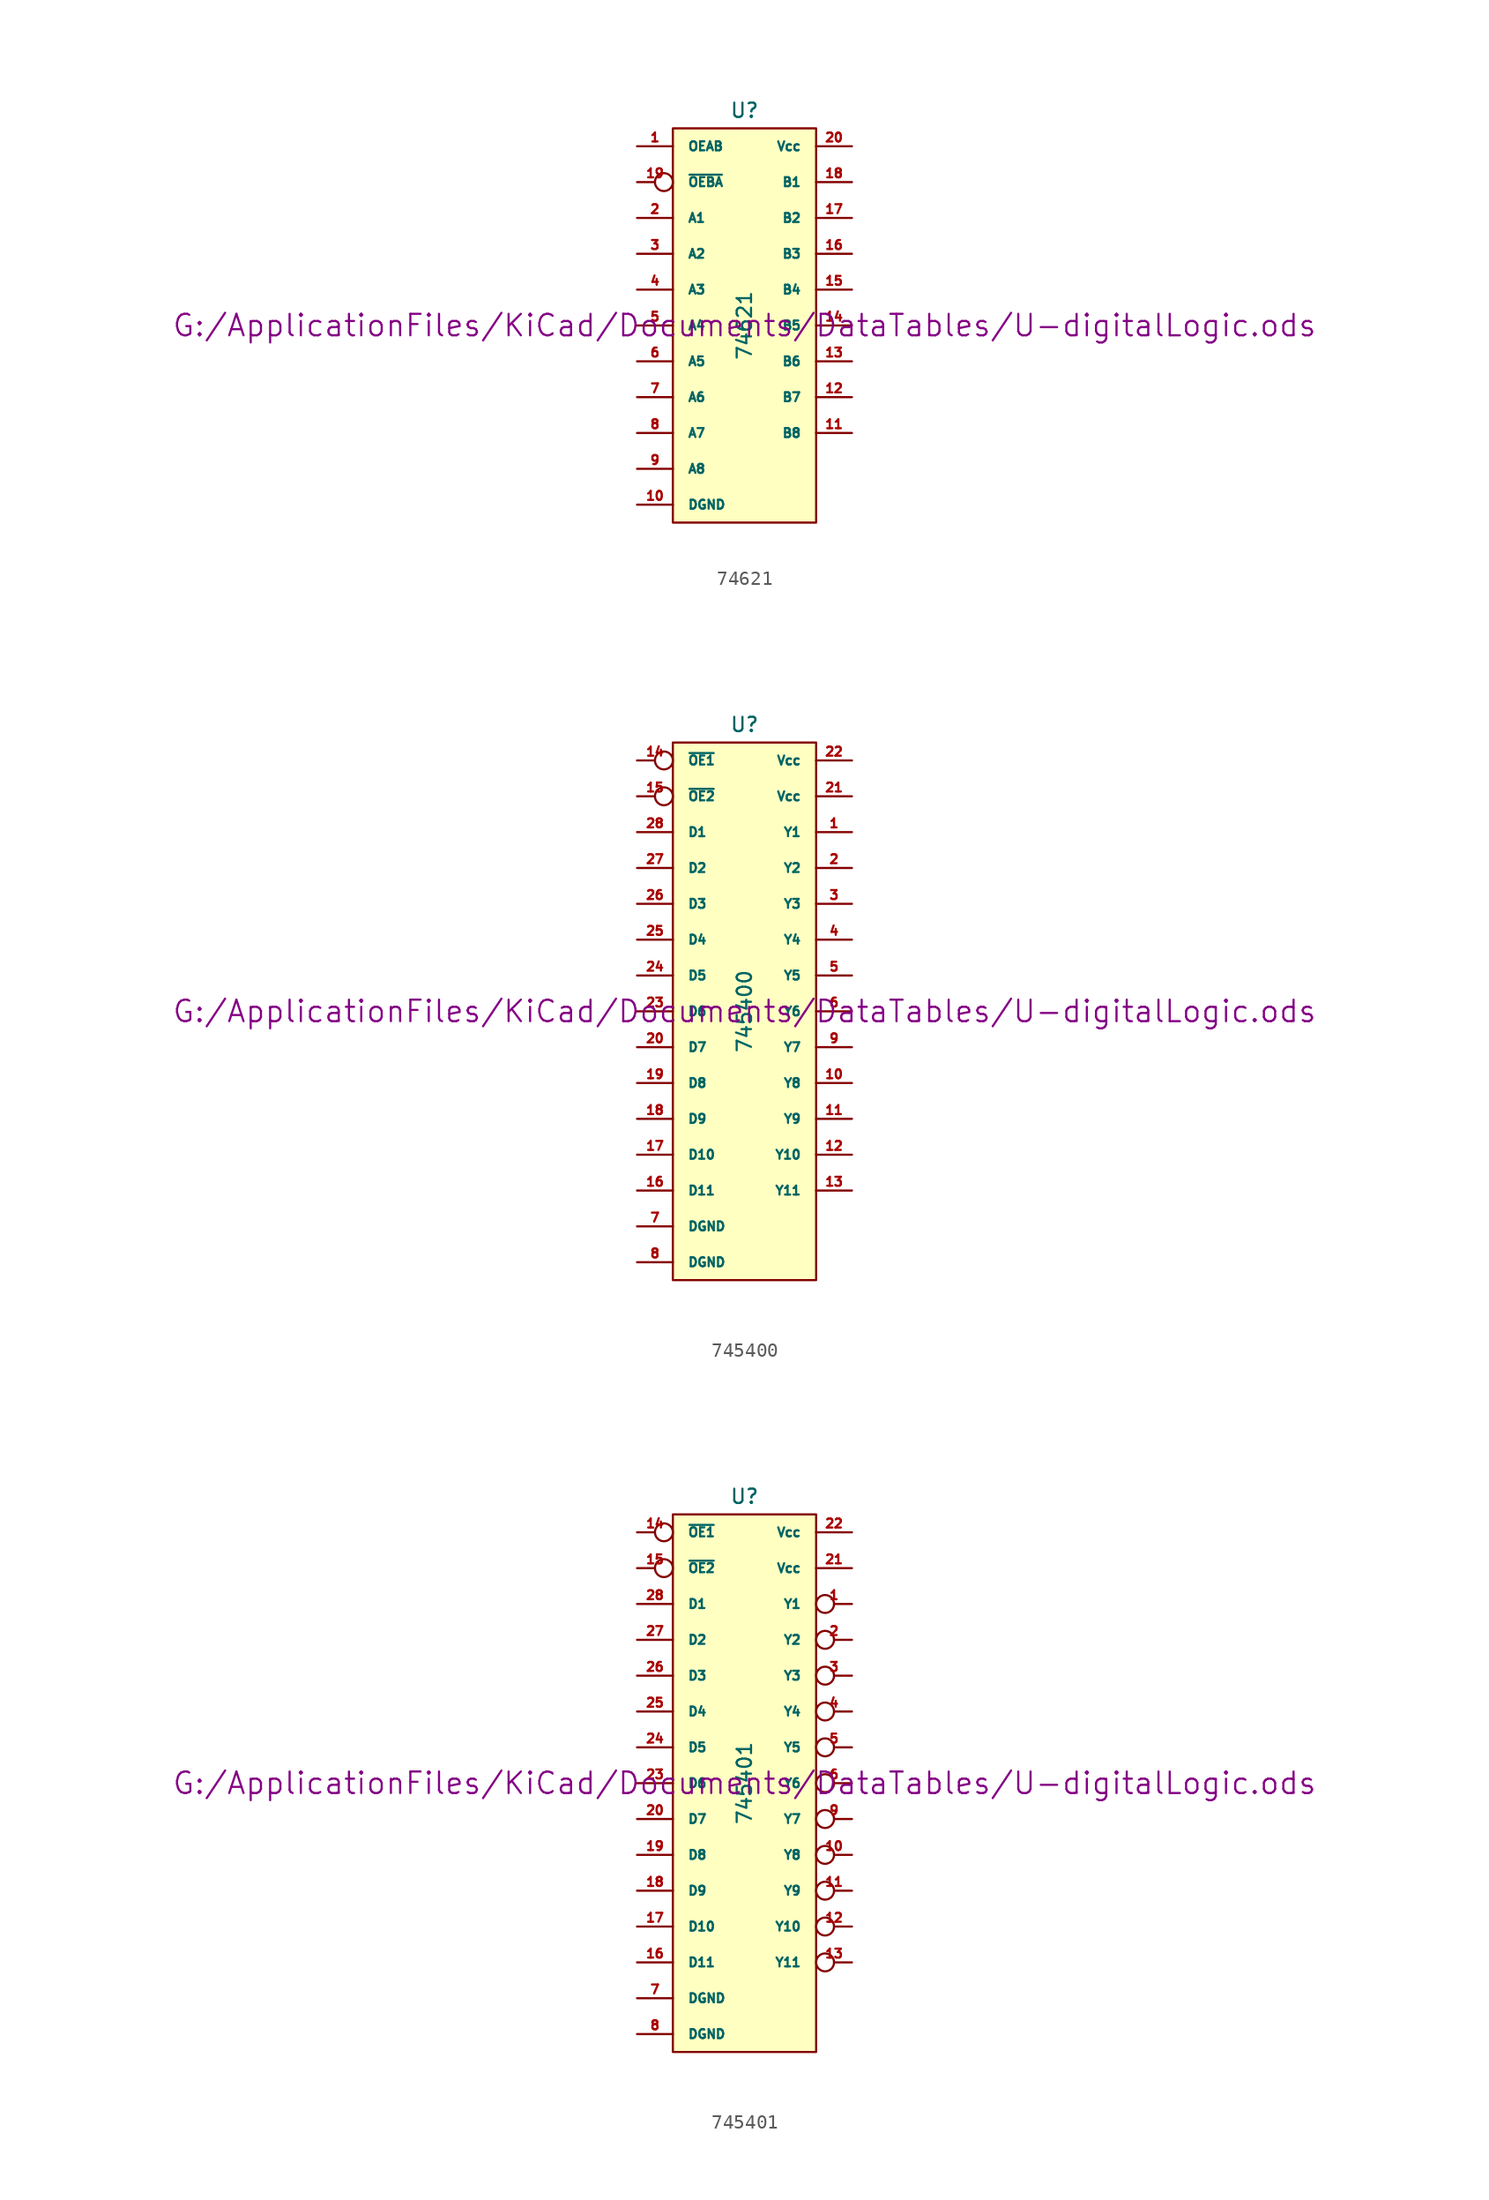
<source format=kicad_sym>
(kicad_symbol_lib
  (version 20211014)
  (generator kicad_symbol_editor)
  (symbol "74621"
    (pin_names
      (offset 1.016))
    (property "Reference" "U"
      (at 0 15.24 0)
      (effects (font (size 1.016 1.016))))
    (property "Value" "74621"
      (at 0 0 90)
      (effects (font (size 1.016 1.016))))
    (property "Footprint" ""
      (at 0 0 0)
      (effects (font (size 1.524 1.524))))
    (property "Datasheet" "G:/ApplicationFiles/KiCad/Documents/DataTables/U-digitalLogic.ods"
      (at 0 0 0)
      (effects (font (size 1.524 1.524))))
    (symbol "74621_0_1"
      (rectangle (start -5.08 13.97) (end 5.08 -13.97) (stroke (width 0) (type default) (color 0 0 0 0)) (fill (type background))))
    (symbol "74621_1_1"
      (pin input line (at -7.62 12.7 0) (length 2.54) (name "OEAB" (effects (font (size 0.635 0.635)))) (number "1" (effects (font (size 0.635 0.635)))))
      (pin power_in line (at -7.62 -12.7 0) (length 2.54) (name "DGND" (effects (font (size 0.635 0.635)))) (number "10" (effects (font (size 0.635 0.635)))))
      (pin bidirectional line (at 7.62 -7.62 180) (length 2.54) (name "B8" (effects (font (size 0.635 0.635)))) (number "11" (effects (font (size 0.635 0.635)))))
      (pin bidirectional line (at 7.62 -5.08 180) (length 2.54) (name "B7" (effects (font (size 0.635 0.635)))) (number "12" (effects (font (size 0.635 0.635)))))
      (pin bidirectional line (at 7.62 -2.54 180) (length 2.54) (name "B6" (effects (font (size 0.635 0.635)))) (number "13" (effects (font (size 0.635 0.635)))))
      (pin bidirectional line (at 7.62 0 180) (length 2.54) (name "B5" (effects (font (size 0.635 0.635)))) (number "14" (effects (font (size 0.635 0.635)))))
      (pin bidirectional line (at 7.62 2.54 180) (length 2.54) (name "B4" (effects (font (size 0.635 0.635)))) (number "15" (effects (font (size 0.635 0.635)))))
      (pin bidirectional line (at 7.62 5.08 180) (length 2.54) (name "B3" (effects (font (size 0.635 0.635)))) (number "16" (effects (font (size 0.635 0.635)))))
      (pin bidirectional line (at 7.62 7.62 180) (length 2.54) (name "B2" (effects (font (size 0.635 0.635)))) (number "17" (effects (font (size 0.635 0.635)))))
      (pin bidirectional line (at 7.62 10.16 180) (length 2.54) (name "B1" (effects (font (size 0.635 0.635)))) (number "18" (effects (font (size 0.635 0.635)))))
      (pin input inverted (at -7.62 10.16 0) (length 2.54) (name "~{OEBA}" (effects (font (size 0.635 0.635)))) (number "19" (effects (font (size 0.635 0.635)))))
      (pin bidirectional line (at -7.62 7.62 0) (length 2.54) (name "A1" (effects (font (size 0.635 0.635)))) (number "2" (effects (font (size 0.635 0.635)))))
      (pin power_in line (at 7.62 12.7 180) (length 2.54) (name "Vcc" (effects (font (size 0.635 0.635)))) (number "20" (effects (font (size 0.635 0.635)))))
      (pin bidirectional line (at -7.62 5.08 0) (length 2.54) (name "A2" (effects (font (size 0.635 0.635)))) (number "3" (effects (font (size 0.635 0.635)))))
      (pin bidirectional line (at -7.62 2.54 0) (length 2.54) (name "A3" (effects (font (size 0.635 0.635)))) (number "4" (effects (font (size 0.635 0.635)))))
      (pin bidirectional line (at -7.62 0 0) (length 2.54) (name "A4" (effects (font (size 0.635 0.635)))) (number "5" (effects (font (size 0.635 0.635)))))
      (pin bidirectional line (at -7.62 -2.54 0) (length 2.54) (name "A5" (effects (font (size 0.635 0.635)))) (number "6" (effects (font (size 0.635 0.635)))))
      (pin bidirectional line (at -7.62 -5.08 0) (length 2.54) (name "A6" (effects (font (size 0.635 0.635)))) (number "7" (effects (font (size 0.635 0.635)))))
      (pin bidirectional line (at -7.62 -7.62 0) (length 2.54) (name "A7" (effects (font (size 0.635 0.635)))) (number "8" (effects (font (size 0.635 0.635)))))
      (pin bidirectional line (at -7.62 -10.16 0) (length 2.54) (name "A8" (effects (font (size 0.635 0.635)))) (number "9" (effects (font (size 0.635 0.635)))))))
  (symbol "745400"
    (pin_names
      (offset 1.016))
    (property "Reference" "U"
      (at 0 20.32 0)
      (effects (font (size 1.016 1.016))))
    (property "Value" "745400"
      (at 0 0 90)
      (effects (font (size 1.016 1.016))))
    (property "Footprint" ""
      (at 0 0 0)
      (effects (font (size 1.524 1.524))))
    (property "Datasheet" "G:/ApplicationFiles/KiCad/Documents/DataTables/U-digitalLogic.ods"
      (at 0 0 0)
      (effects (font (size 1.524 1.524))))
    (symbol "745400_0_1"
      (rectangle (start -5.08 19.05) (end 5.08 -19.05) (stroke (width 0) (type default) (color 0 0 0 0)) (fill (type background))))
    (symbol "745400_1_1"
      (pin tri_state line (at 7.62 12.7 180) (length 2.54) (name "Y1" (effects (font (size 0.635 0.635)))) (number "1" (effects (font (size 0.635 0.635)))))
      (pin tri_state line (at 7.62 -5.08 180) (length 2.54) (name "Y8" (effects (font (size 0.635 0.635)))) (number "10" (effects (font (size 0.635 0.635)))))
      (pin tri_state line (at 7.62 -7.62 180) (length 2.54) (name "Y9" (effects (font (size 0.635 0.635)))) (number "11" (effects (font (size 0.635 0.635)))))
      (pin tri_state line (at 7.62 -10.16 180) (length 2.54) (name "Y10" (effects (font (size 0.635 0.635)))) (number "12" (effects (font (size 0.635 0.635)))))
      (pin tri_state line (at 7.62 -12.7 180) (length 2.54) (name "Y11" (effects (font (size 0.635 0.635)))) (number "13" (effects (font (size 0.635 0.635)))))
      (pin input inverted (at -7.62 17.78 0) (length 2.54) (name "~{OE1}" (effects (font (size 0.635 0.635)))) (number "14" (effects (font (size 0.635 0.635)))))
      (pin input inverted (at -7.62 15.24 0) (length 2.54) (name "~{OE2}" (effects (font (size 0.635 0.635)))) (number "15" (effects (font (size 0.635 0.635)))))
      (pin input line (at -7.62 -12.7 0) (length 2.54) (name "D11" (effects (font (size 0.635 0.635)))) (number "16" (effects (font (size 0.635 0.635)))))
      (pin input line (at -7.62 -10.16 0) (length 2.54) (name "D10" (effects (font (size 0.635 0.635)))) (number "17" (effects (font (size 0.635 0.635)))))
      (pin input line (at -7.62 -7.62 0) (length 2.54) (name "D9" (effects (font (size 0.635 0.635)))) (number "18" (effects (font (size 0.635 0.635)))))
      (pin input line (at -7.62 -5.08 0) (length 2.54) (name "D8" (effects (font (size 0.635 0.635)))) (number "19" (effects (font (size 0.635 0.635)))))
      (pin tri_state line (at 7.62 10.16 180) (length 2.54) (name "Y2" (effects (font (size 0.635 0.635)))) (number "2" (effects (font (size 0.635 0.635)))))
      (pin input line (at -7.62 -2.54 0) (length 2.54) (name "D7" (effects (font (size 0.635 0.635)))) (number "20" (effects (font (size 0.635 0.635)))))
      (pin power_in line (at 7.62 15.24 180) (length 2.54) (name "Vcc" (effects (font (size 0.635 0.635)))) (number "21" (effects (font (size 0.635 0.635)))))
      (pin power_in line (at 7.62 17.78 180) (length 2.54) (name "Vcc" (effects (font (size 0.635 0.635)))) (number "22" (effects (font (size 0.635 0.635)))))
      (pin input line (at -7.62 0 0) (length 2.54) (name "D6" (effects (font (size 0.635 0.635)))) (number "23" (effects (font (size 0.635 0.635)))))
      (pin input line (at -7.62 2.54 0) (length 2.54) (name "D5" (effects (font (size 0.635 0.635)))) (number "24" (effects (font (size 0.635 0.635)))))
      (pin input line (at -7.62 5.08 0) (length 2.54) (name "D4" (effects (font (size 0.635 0.635)))) (number "25" (effects (font (size 0.635 0.635)))))
      (pin input line (at -7.62 7.62 0) (length 2.54) (name "D3" (effects (font (size 0.635 0.635)))) (number "26" (effects (font (size 0.635 0.635)))))
      (pin input line (at -7.62 10.16 0) (length 2.54) (name "D2" (effects (font (size 0.635 0.635)))) (number "27" (effects (font (size 0.635 0.635)))))
      (pin input line (at -7.62 12.7 0) (length 2.54) (name "D1" (effects (font (size 0.635 0.635)))) (number "28" (effects (font (size 0.635 0.635)))))
      (pin tri_state line (at 7.62 7.62 180) (length 2.54) (name "Y3" (effects (font (size 0.635 0.635)))) (number "3" (effects (font (size 0.635 0.635)))))
      (pin tri_state line (at 7.62 5.08 180) (length 2.54) (name "Y4" (effects (font (size 0.635 0.635)))) (number "4" (effects (font (size 0.635 0.635)))))
      (pin tri_state line (at 7.62 2.54 180) (length 2.54) (name "Y5" (effects (font (size 0.635 0.635)))) (number "5" (effects (font (size 0.635 0.635)))))
      (pin tri_state line (at 7.62 0 180) (length 2.54) (name "Y6" (effects (font (size 0.635 0.635)))) (number "6" (effects (font (size 0.635 0.635)))))
      (pin power_in line (at -7.62 -15.24 0) (length 2.54) (name "DGND" (effects (font (size 0.635 0.635)))) (number "7" (effects (font (size 0.635 0.635)))))
      (pin power_in line (at -7.62 -17.78 0) (length 2.54) (name "DGND" (effects (font (size 0.635 0.635)))) (number "8" (effects (font (size 0.635 0.635)))))
      (pin tri_state line (at 7.62 -2.54 180) (length 2.54) (name "Y7" (effects (font (size 0.635 0.635)))) (number "9" (effects (font (size 0.635 0.635)))))))
  (symbol "745401"
    (pin_names
      (offset 1.016))
    (property "Reference" "U"
      (at 0 20.32 0)
      (effects (font (size 1.016 1.016))))
    (property "Value" "745401"
      (at 0 0 90)
      (effects (font (size 1.016 1.016))))
    (property "Footprint" ""
      (at 0 0 0)
      (effects (font (size 1.524 1.524))))
    (property "Datasheet" "G:/ApplicationFiles/KiCad/Documents/DataTables/U-digitalLogic.ods"
      (at 0 0 0)
      (effects (font (size 1.524 1.524))))
    (symbol "745401_0_1"
      (rectangle (start -5.08 19.05) (end 5.08 -19.05) (stroke (width 0) (type default) (color 0 0 0 0)) (fill (type background))))
    (symbol "745401_1_1"
      (pin tri_state inverted (at 7.62 12.7 180) (length 2.54) (name "Y1" (effects (font (size 0.635 0.635)))) (number "1" (effects (font (size 0.635 0.635)))))
      (pin tri_state inverted (at 7.62 -5.08 180) (length 2.54) (name "Y8" (effects (font (size 0.635 0.635)))) (number "10" (effects (font (size 0.635 0.635)))))
      (pin tri_state inverted (at 7.62 -7.62 180) (length 2.54) (name "Y9" (effects (font (size 0.635 0.635)))) (number "11" (effects (font (size 0.635 0.635)))))
      (pin tri_state inverted (at 7.62 -10.16 180) (length 2.54) (name "Y10" (effects (font (size 0.635 0.635)))) (number "12" (effects (font (size 0.635 0.635)))))
      (pin tri_state inverted (at 7.62 -12.7 180) (length 2.54) (name "Y11" (effects (font (size 0.635 0.635)))) (number "13" (effects (font (size 0.635 0.635)))))
      (pin input inverted (at -7.62 17.78 0) (length 2.54) (name "~{OE1}" (effects (font (size 0.635 0.635)))) (number "14" (effects (font (size 0.635 0.635)))))
      (pin input inverted (at -7.62 15.24 0) (length 2.54) (name "~{OE2}" (effects (font (size 0.635 0.635)))) (number "15" (effects (font (size 0.635 0.635)))))
      (pin input line (at -7.62 -12.7 0) (length 2.54) (name "D11" (effects (font (size 0.635 0.635)))) (number "16" (effects (font (size 0.635 0.635)))))
      (pin input line (at -7.62 -10.16 0) (length 2.54) (name "D10" (effects (font (size 0.635 0.635)))) (number "17" (effects (font (size 0.635 0.635)))))
      (pin input line (at -7.62 -7.62 0) (length 2.54) (name "D9" (effects (font (size 0.635 0.635)))) (number "18" (effects (font (size 0.635 0.635)))))
      (pin input line (at -7.62 -5.08 0) (length 2.54) (name "D8" (effects (font (size 0.635 0.635)))) (number "19" (effects (font (size 0.635 0.635)))))
      (pin tri_state inverted (at 7.62 10.16 180) (length 2.54) (name "Y2" (effects (font (size 0.635 0.635)))) (number "2" (effects (font (size 0.635 0.635)))))
      (pin input line (at -7.62 -2.54 0) (length 2.54) (name "D7" (effects (font (size 0.635 0.635)))) (number "20" (effects (font (size 0.635 0.635)))))
      (pin power_in line (at 7.62 15.24 180) (length 2.54) (name "Vcc" (effects (font (size 0.635 0.635)))) (number "21" (effects (font (size 0.635 0.635)))))
      (pin power_in line (at 7.62 17.78 180) (length 2.54) (name "Vcc" (effects (font (size 0.635 0.635)))) (number "22" (effects (font (size 0.635 0.635)))))
      (pin input line (at -7.62 0 0) (length 2.54) (name "D6" (effects (font (size 0.635 0.635)))) (number "23" (effects (font (size 0.635 0.635)))))
      (pin input line (at -7.62 2.54 0) (length 2.54) (name "D5" (effects (font (size 0.635 0.635)))) (number "24" (effects (font (size 0.635 0.635)))))
      (pin input line (at -7.62 5.08 0) (length 2.54) (name "D4" (effects (font (size 0.635 0.635)))) (number "25" (effects (font (size 0.635 0.635)))))
      (pin input line (at -7.62 7.62 0) (length 2.54) (name "D3" (effects (font (size 0.635 0.635)))) (number "26" (effects (font (size 0.635 0.635)))))
      (pin input line (at -7.62 10.16 0) (length 2.54) (name "D2" (effects (font (size 0.635 0.635)))) (number "27" (effects (font (size 0.635 0.635)))))
      (pin input line (at -7.62 12.7 0) (length 2.54) (name "D1" (effects (font (size 0.635 0.635)))) (number "28" (effects (font (size 0.635 0.635)))))
      (pin tri_state inverted (at 7.62 7.62 180) (length 2.54) (name "Y3" (effects (font (size 0.635 0.635)))) (number "3" (effects (font (size 0.635 0.635)))))
      (pin tri_state inverted (at 7.62 5.08 180) (length 2.54) (name "Y4" (effects (font (size 0.635 0.635)))) (number "4" (effects (font (size 0.635 0.635)))))
      (pin tri_state inverted (at 7.62 2.54 180) (length 2.54) (name "Y5" (effects (font (size 0.635 0.635)))) (number "5" (effects (font (size 0.635 0.635)))))
      (pin tri_state inverted (at 7.62 0 180) (length 2.54) (name "Y6" (effects (font (size 0.635 0.635)))) (number "6" (effects (font (size 0.635 0.635)))))
      (pin power_in line (at -7.62 -15.24 0) (length 2.54) (name "DGND" (effects (font (size 0.635 0.635)))) (number "7" (effects (font (size 0.635 0.635)))))
      (pin power_in line (at -7.62 -17.78 0) (length 2.54) (name "DGND" (effects (font (size 0.635 0.635)))) (number "8" (effects (font (size 0.635 0.635)))))
      (pin tri_state inverted (at 7.62 -2.54 180) (length 2.54) (name "Y7" (effects (font (size 0.635 0.635)))) (number "9" (effects (font (size 0.635 0.635))))))))
</source>
